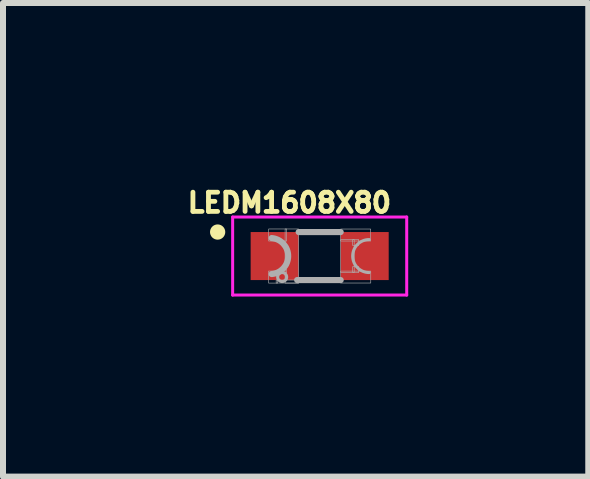
<source format=kicad_pcb>
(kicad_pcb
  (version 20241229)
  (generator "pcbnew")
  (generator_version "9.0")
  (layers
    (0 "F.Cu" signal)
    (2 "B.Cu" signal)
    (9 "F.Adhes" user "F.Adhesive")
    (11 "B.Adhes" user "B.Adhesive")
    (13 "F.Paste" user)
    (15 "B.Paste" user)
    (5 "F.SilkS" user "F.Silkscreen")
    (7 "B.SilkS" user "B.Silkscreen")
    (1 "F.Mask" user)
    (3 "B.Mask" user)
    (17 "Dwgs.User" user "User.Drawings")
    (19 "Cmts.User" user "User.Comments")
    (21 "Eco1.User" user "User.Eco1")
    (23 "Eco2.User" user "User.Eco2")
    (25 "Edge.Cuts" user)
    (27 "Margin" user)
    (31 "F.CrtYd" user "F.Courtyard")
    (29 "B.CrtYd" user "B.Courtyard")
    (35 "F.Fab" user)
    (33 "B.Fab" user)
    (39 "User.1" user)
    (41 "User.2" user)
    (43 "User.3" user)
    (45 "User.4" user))
  (footprint "LEDM1608X80"
    (layer "F.Cu")
    (at 2.276 1.216)
    (property "Reference" "LEDM1608X80" (at -0.504 -0.888 0) (layer "F.SilkS") (effects (font (size 0.32 0.32) (thickness 0.15))))
    (attr smd)
    (fp_circle (center -1.7 -0.4) (end -1.573 -0.4) (stroke (width 0) (type solid)) (fill yes) (layer "F.SilkS"))
    (fp_line (start -1.45 -0.65) (end 1.45 -0.65) (stroke (width 0.05) (type solid)) (layer "F.CrtYd"))
    (fp_line (start -1.45 0.65) (end -1.45 -0.65) (stroke (width 0.05) (type solid)) (layer "F.CrtYd"))
    (fp_line (start 1.45 -0.65) (end 1.45 0.65) (stroke (width 0.05) (type solid)) (layer "F.CrtYd"))
    (fp_line (start 1.45 0.65) (end -1.45 0.65) (stroke (width 0.05) (type solid)) (layer "F.CrtYd"))
    (fp_line (start -0.375 0.4) (end 0.35 0.4) (stroke (width 0.102) (type solid)) (layer "F.Fab"))
    (fp_line (start -0.35 -0.4) (end 0.35 -0.4) (stroke (width 0.102) (type solid)) (layer "F.Fab"))
    (fp_arc (start -0.8 -0.3) (mid -0.524966 0) (end -0.8 0.3) (stroke (width 0.1016) (type solid)) (layer "F.Fab"))
    (fp_arc (start 0.825 0.275) (mid 0.55 0) (end 0.825 -0.275) (stroke (width 0.0508) (type solid)) (layer "F.Fab"))
    (fp_circle (center -0.625 0.35) (end -0.55 0.35) (stroke (width 0.051) (type solid)) (fill no) (layer "F.Fab"))
    (fp_poly (pts (xy -0.851 0.451) (xy -0.851 0.25) (xy -0.7 0.25) (xy -0.7 0.451)) (stroke (width 0.01) (type solid)) (fill no) (layer "F.Fab"))
    (fp_poly (pts (xy -0.85 -0.25) (xy -0.85 -0.451) (xy -0.551 -0.451) (xy -0.551 -0.25)) (stroke (width 0.01) (type solid)) (fill no) (layer "F.Fab"))
    (fp_poly (pts (xy -0.725 0.45) (xy -0.725 0.4) (xy -0.35 0.4) (xy -0.35 0.45)) (stroke (width 0.01) (type solid)) (fill no) (layer "F.Fab"))
    (fp_poly (pts (xy -0.601 0.276) (xy -0.601 0.225) (xy -0.55 0.225) (xy -0.55 0.276)) (stroke (width 0.01) (type solid)) (fill no) (layer "F.Fab"))
    (fp_poly (pts (xy -0.576 0.451) (xy -0.576 -0.451) (xy -0.351 -0.451) (xy -0.351 0.451)) (stroke (width 0.01) (type solid)) (fill no) (layer "F.Fab"))
    (fp_poly (pts (xy 0.35 0.45) (xy 0.35 0.251) (xy 0.851 0.251) (xy 0.851 0.45)) (stroke (width 0.01) (type solid)) (fill no) (layer "F.Fab"))
    (fp_poly (pts (xy 0.35 0.275) (xy 0.35 -0.275) (xy 0.575 -0.275) (xy 0.575 0.275)) (stroke (width 0.01) (type solid)) (fill no) (layer "F.Fab"))
    (fp_poly (pts (xy 0.35 -0.25) (xy 0.35 -0.45) (xy 0.85 -0.45) (xy 0.85 -0.25)) (stroke (width 0.01) (type solid)) (fill no) (layer "F.Fab"))
    (fp_poly (pts (xy 0.55 0.275) (xy 0.55 0.175) (xy 0.65 0.175) (xy 0.65 0.275)) (stroke (width 0.01) (type solid)) (fill no) (layer "F.Fab"))
    (fp_poly (pts (xy 0.55 -0.175) (xy 0.55 -0.275) (xy 0.65 -0.275) (xy 0.65 -0.175)) (stroke (width 0.01) (type solid)) (fill no) (layer "F.Fab"))
    (pad "A" smd rect (at 0.75 0) (size 0.8 0.8) (layers "F.Cu" "F.Mask" "F.Paste"))
    (pad "C" smd rect (at -0.75 0) (size 0.8 0.8) (layers "F.Cu" "F.Mask" "F.Paste")))
  (gr_rect
    (start -3 -3)
    (end 6.751 4.891)
    (stroke (width 0.1) (type default))
    (fill no)
    (layer "Edge.Cuts")))
</source>
